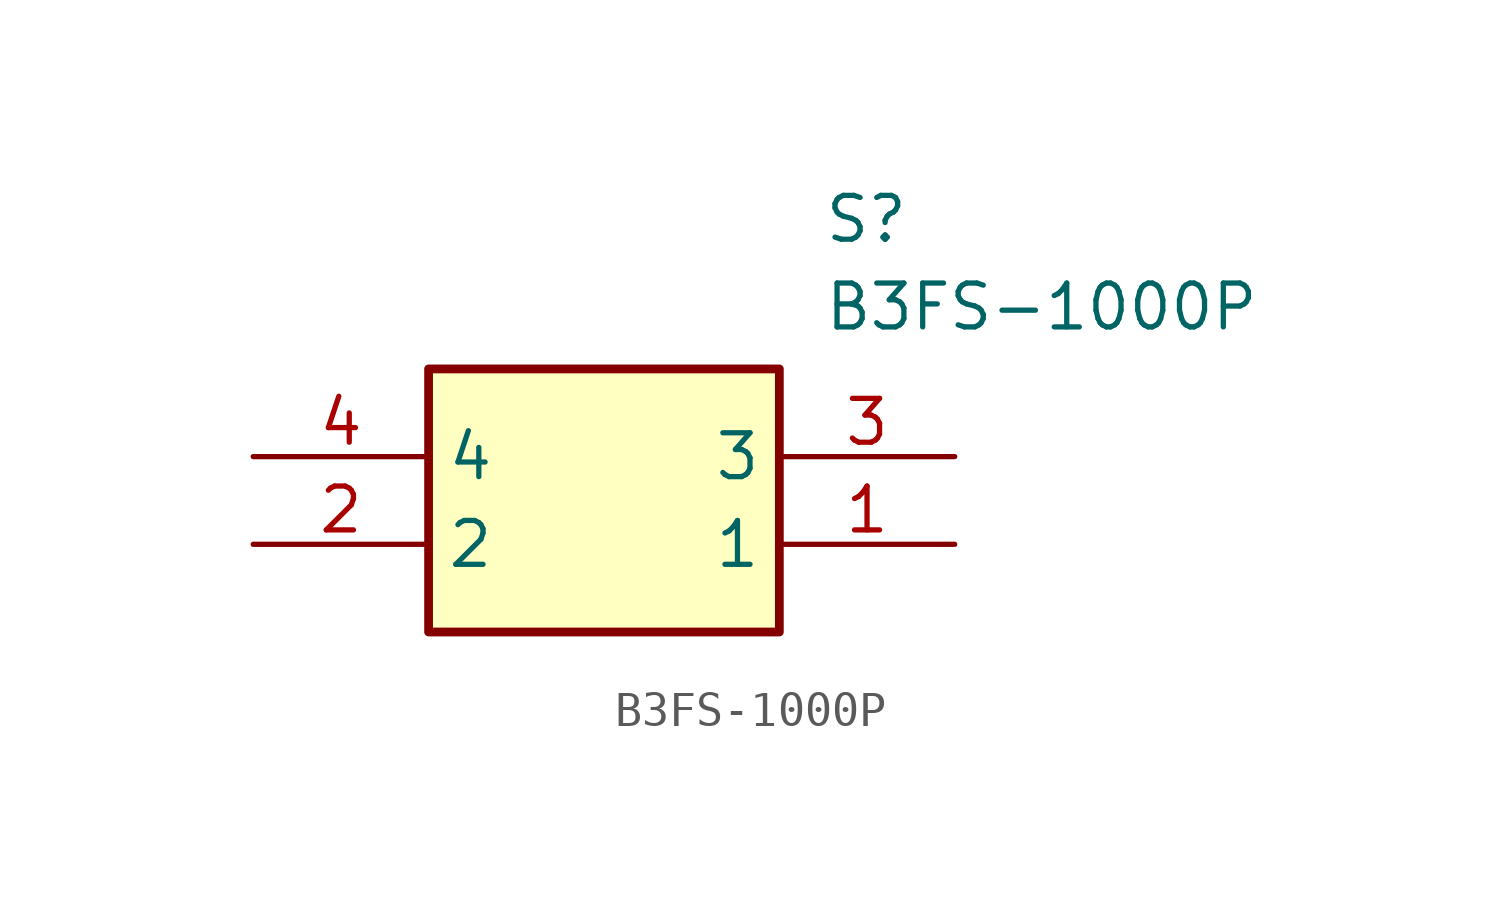
<source format=kicad_sym>
(kicad_symbol_lib
  (version 20211014)
  (generator SamacSys_ECAD_Model)
  (symbol "B3FS-1000P"
    (property "Reference" "S"
      (at 16.51 7.62 0)
      (effects (font (size 1.27 1.27)) (justify left top)))
    (property "Value" "B3FS-1000P"
      (at 16.51 5.08 0)
      (effects (font (size 1.27 1.27)) (justify left top)))
    (rectangle
      (start 5.08 2.54)
      (end 15.24 -5.08)
      (stroke (width 0.254) (type default))
      (fill (type background)))
    (pin passive line
      (at 20.32 -2.54 180)
      (length 5.08)
      (name "1" (effects (font (size 1.27 1.27))))
      (number "1" (effects (font (size 1.27 1.27)))))
    (pin passive line
      (at 0 -2.54 0)
      (length 5.08)
      (name "2" (effects (font (size 1.27 1.27))))
      (number "2" (effects (font (size 1.27 1.27)))))
    (pin passive line
      (at 20.32 0 180)
      (length 5.08)
      (name "3" (effects (font (size 1.27 1.27))))
      (number "3" (effects (font (size 1.27 1.27)))))
    (pin passive line
      (at 0 0 0)
      (length 5.08)
      (name "4" (effects (font (size 1.27 1.27))))
      (number "4" (effects (font (size 1.27 1.27)))))))
</source>
